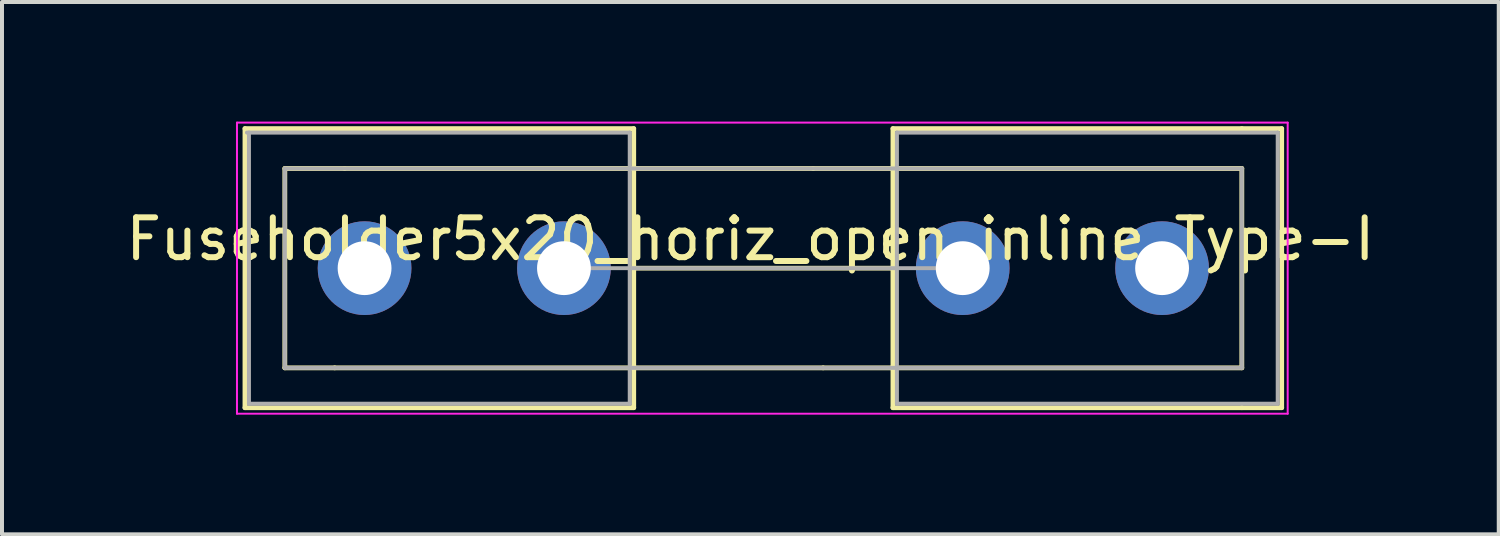
<source format=kicad_pcb>
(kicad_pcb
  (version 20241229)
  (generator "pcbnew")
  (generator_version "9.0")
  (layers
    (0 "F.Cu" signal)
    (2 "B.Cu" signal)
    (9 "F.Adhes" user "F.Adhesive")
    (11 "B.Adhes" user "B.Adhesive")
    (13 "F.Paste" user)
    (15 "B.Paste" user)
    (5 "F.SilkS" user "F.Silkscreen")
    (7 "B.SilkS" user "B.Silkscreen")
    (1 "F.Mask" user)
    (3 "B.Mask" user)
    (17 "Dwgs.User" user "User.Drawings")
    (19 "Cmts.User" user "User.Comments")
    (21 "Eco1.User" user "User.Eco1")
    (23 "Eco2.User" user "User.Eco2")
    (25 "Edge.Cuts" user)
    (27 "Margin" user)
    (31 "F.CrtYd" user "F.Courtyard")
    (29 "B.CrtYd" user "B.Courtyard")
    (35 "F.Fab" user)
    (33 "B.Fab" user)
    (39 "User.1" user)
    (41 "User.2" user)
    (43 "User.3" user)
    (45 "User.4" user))
  (footprint "Fuseholder5x20_horiz_open_inline_Type-I"
    (layer "F.Cu")
    (at 6.093 3.675)
    (property "Reference" "Fuseholder5x20_horiz_open_inline_Type-I" (at 9.675 -0.73 0) (layer "F.SilkS") (effects (font (size 1 1) (thickness 0.15))))
    (attr through_hole dnp)
    (fp_line (start -3 -3.5) (end -3 3.5) (stroke (width 0.12) (type solid)) (layer "F.SilkS"))
    (fp_line (start -2 -2.5) (end -2 2.5) (stroke (width 0.12) (type solid)) (layer "F.SilkS"))
    (fp_line (start -0.75 2.5) (end -2 2.5) (stroke (width 0.12) (type solid)) (layer "F.SilkS"))
    (fp_line (start -0.5 -2.5) (end -2 -2.5) (stroke (width 0.12) (type solid)) (layer "F.SilkS"))
    (fp_line (start 6.75 -3.5) (end -3 -3.5) (stroke (width 0.12) (type solid)) (layer "F.SilkS"))
    (fp_line (start 6.75 -3.5) (end 6.75 3.5) (stroke (width 0.12) (type solid)) (layer "F.SilkS"))
    (fp_line (start 6.75 3.5) (end -3 3.5) (stroke (width 0.12) (type solid)) (layer "F.SilkS"))
    (fp_line (start 11.25 -2.5) (end -0.5 -2.5) (stroke (width 0.12) (type solid)) (layer "F.SilkS"))
    (fp_line (start 11.5 2.5) (end -0.75 2.5) (stroke (width 0.12) (type solid)) (layer "F.SilkS"))
    (fp_line (start 13.25 -3.5) (end 13.25 3.5) (stroke (width 0.12) (type solid)) (layer "F.SilkS"))
    (fp_line (start 13.25 0) (end 6.75 0) (stroke (width 0.12) (type solid)) (layer "F.SilkS"))
    (fp_line (start 22 -3.5) (end 13.25 -3.5) (stroke (width 0.12) (type solid)) (layer "F.SilkS"))
    (fp_line (start 22 -2.5) (end 11.25 -2.5) (stroke (width 0.12) (type solid)) (layer "F.SilkS"))
    (fp_line (start 22 -2.5) (end 22 2.5) (stroke (width 0.12) (type solid)) (layer "F.SilkS"))
    (fp_line (start 22 2.5) (end 11.5 2.5) (stroke (width 0.12) (type solid)) (layer "F.SilkS"))
    (fp_line (start 22 3.5) (end 13.25 3.5) (stroke (width 0.12) (type solid)) (layer "F.SilkS"))
    (fp_line (start 23 -3.5) (end 22 -3.5) (stroke (width 0.12) (type solid)) (layer "F.SilkS"))
    (fp_line (start 23 -3.5) (end 23 3.5) (stroke (width 0.12) (type solid)) (layer "F.SilkS"))
    (fp_line (start 23 3.5) (end 22 3.5) (stroke (width 0.12) (type solid)) (layer "F.SilkS"))
    (fp_line (start -3.2 -3.65) (end -3.2 3.65) (stroke (width 0.05) (type solid)) (layer "F.CrtYd"))
    (fp_line (start -3.2 -3.65) (end 23.15 -3.65) (stroke (width 0.05) (type solid)) (layer "F.CrtYd"))
    (fp_line (start 23.15 3.65) (end -3.2 3.65) (stroke (width 0.05) (type solid)) (layer "F.CrtYd"))
    (fp_line (start 23.15 3.65) (end 23.15 -3.65) (stroke (width 0.05) (type solid)) (layer "F.CrtYd"))
    (fp_line (start -2.95 -3.4) (end 6.65 -3.4) (stroke (width 0.1) (type solid)) (layer "F.Fab"))
    (fp_line (start -2.9 3.4) (end -2.9 -3.4) (stroke (width 0.1) (type solid)) (layer "F.Fab"))
    (fp_line (start -2 -2.5) (end 22 -2.5) (stroke (width 0.1) (type solid)) (layer "F.Fab"))
    (fp_line (start -2 2.5) (end -2 -2.5) (stroke (width 0.1) (type solid)) (layer "F.Fab"))
    (fp_line (start 5 0) (end 15 0) (stroke (width 0.1) (type solid)) (layer "F.Fab"))
    (fp_line (start 6.65 -3.4) (end 6.65 3.4) (stroke (width 0.1) (type solid)) (layer "F.Fab"))
    (fp_line (start 6.65 3.4) (end -2.9 3.4) (stroke (width 0.1) (type solid)) (layer "F.Fab"))
    (fp_line (start 13.35 -3.4) (end 13.35 3.4) (stroke (width 0.1) (type solid)) (layer "F.Fab"))
    (fp_line (start 13.35 3.4) (end 22.9 3.4) (stroke (width 0.1) (type solid)) (layer "F.Fab"))
    (fp_line (start 22 -2.5) (end 22 2.5) (stroke (width 0.1) (type solid)) (layer "F.Fab"))
    (fp_line (start 22 2.5) (end -2 2.5) (stroke (width 0.1) (type solid)) (layer "F.Fab"))
    (fp_line (start 22.9 -3.4) (end 13.35 -3.4) (stroke (width 0.1) (type solid)) (layer "F.Fab"))
    (fp_line (start 22.9 3.4) (end 22.9 -3.4) (stroke (width 0.1) (type solid)) (layer "F.Fab"))
    (pad "1" thru_hole circle (at 0 0) (size 2.35 2.35) (drill 1.35) (layers "*.Cu" "*.Mask"))
    (pad "1" thru_hole circle (at 5 0) (size 2.35 2.35) (drill 1.35) (layers "*.Cu" "*.Mask"))
    (pad "2" thru_hole circle (at 15 0) (size 2.35 2.35) (drill 1.35) (layers "*.Cu" "*.Mask"))
    (pad "2" thru_hole circle (at 20 0) (size 2.35 2.35) (drill 1.35) (layers "*.Cu" "*.Mask")))
  (gr_rect
    (start -3 -3)
    (end 34.536 10.35)
    (stroke (width 0.1) (type default))
    (fill no)
    (layer "Edge.Cuts")))
</source>
